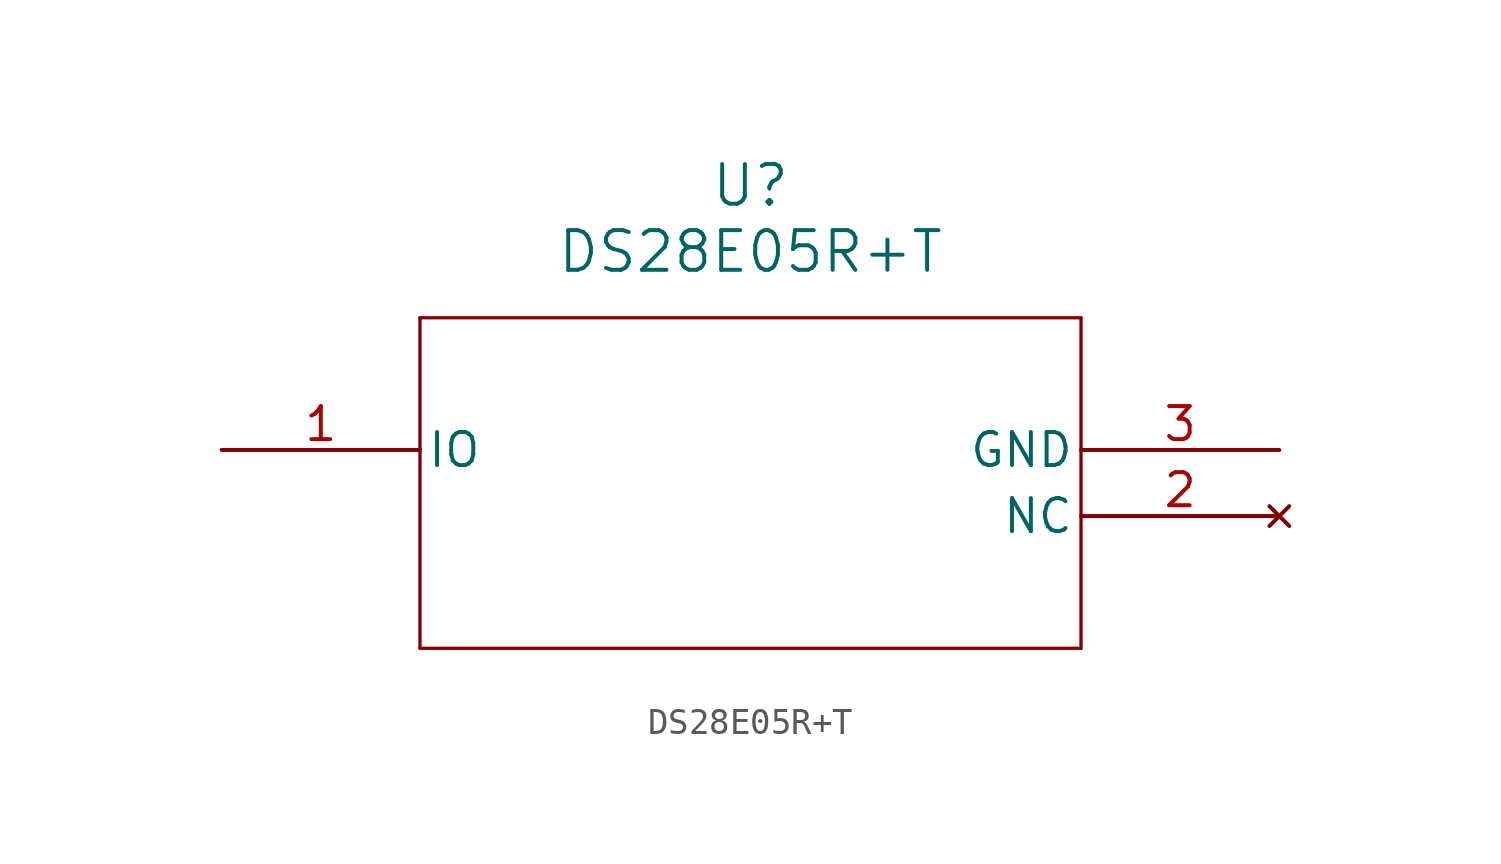
<source format=kicad_sym>
(kicad_symbol_lib
  (version 20211014)
  (generator kicad_symbol_editor)
  (symbol "DS28E05R+T"
    (pin_names
      (offset 0.254))
    (property "Reference" "U"
      (at 20.32 10.16 0)
      (effects (font (size 1.524 1.524))))
    (property "Value" "DS28E05R+T"
      (at 20.32 7.62 0)
      (effects (font (size 1.524 1.524))))
    (symbol "DS28E05R+T_0_1"
      (polyline (pts (xy 7.62 5.08) (xy 7.62 -7.62)) (stroke (width 0.127) (type default) (color 0 0 0 0)) (fill (type none)))
      (polyline (pts (xy 7.62 -7.62) (xy 33.02 -7.62)) (stroke (width 0.127) (type default) (color 0 0 0 0)) (fill (type none)))
      (polyline (pts (xy 33.02 -7.62) (xy 33.02 5.08)) (stroke (width 0.127) (type default) (color 0 0 0 0)) (fill (type none)))
      (polyline (pts (xy 33.02 5.08) (xy 7.62 5.08)) (stroke (width 0.127) (type default) (color 0 0 0 0)) (fill (type none)))
      (pin bidirectional line (at 0 0 0) (length 7.62) (name "IO" (effects (font (size 1.27 1.27)))) (number "1" (effects (font (size 1.27 1.27)))))
      (pin no_connect line (at 40.64 -2.54 180) (length 7.62) (name "NC" (effects (font (size 1.27 1.27)))) (number "2" (effects (font (size 1.27 1.27)))))
      (pin power_in line (at 40.64 0 180) (length 7.62) (name "GND" (effects (font (size 1.27 1.27)))) (number "3" (effects (font (size 1.27 1.27))))))))
</source>
